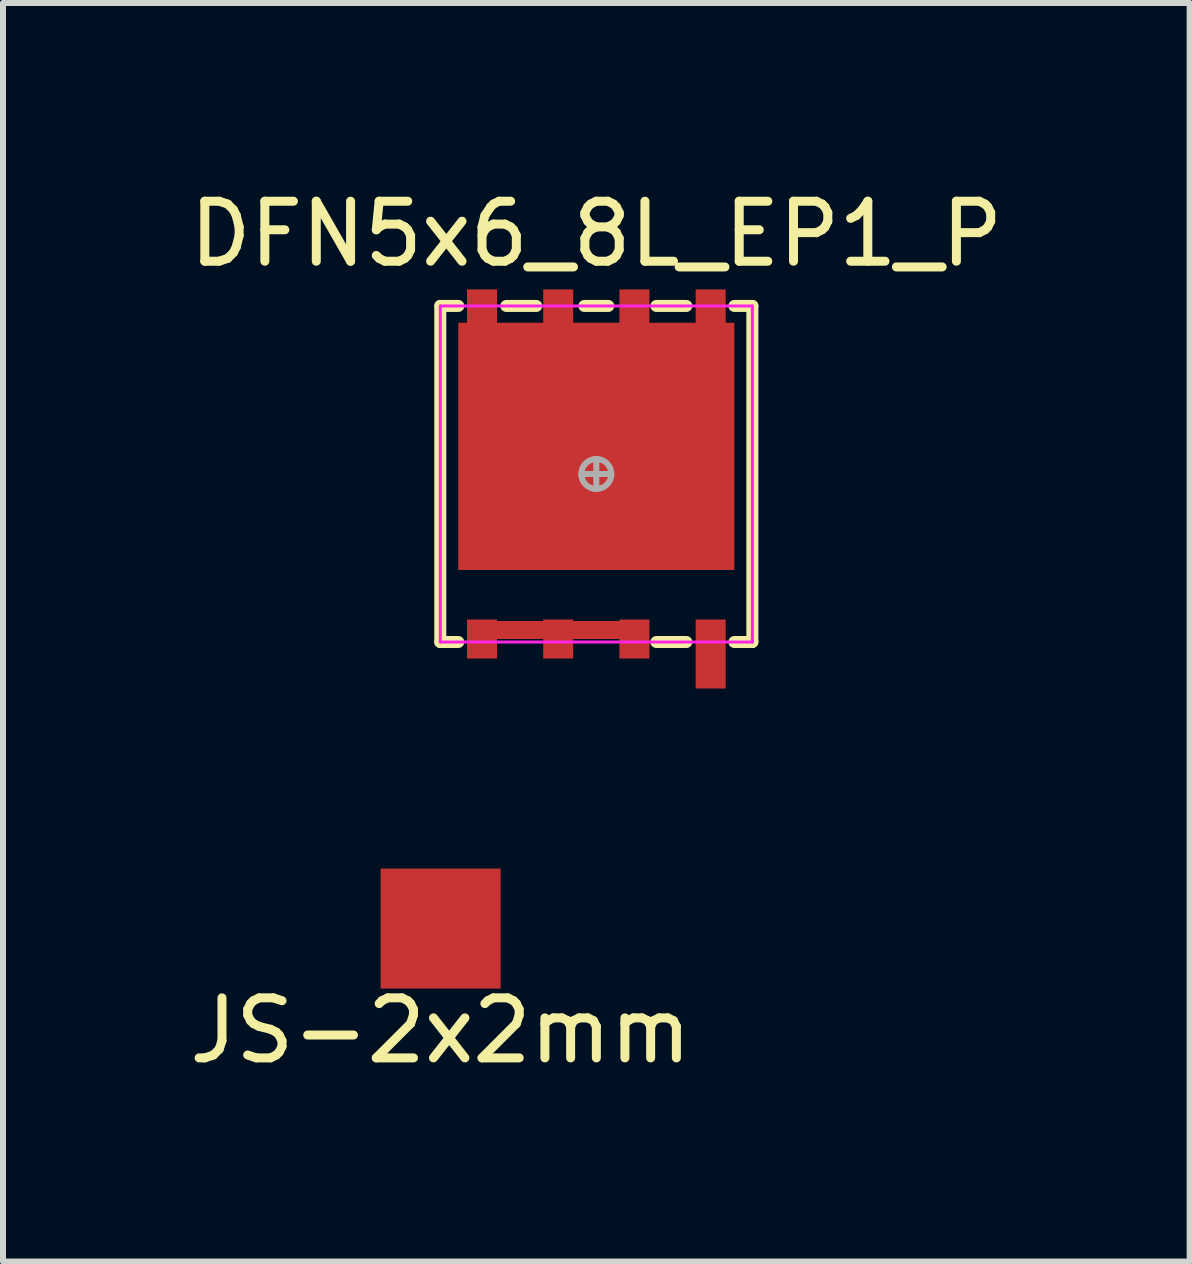
<source format=kicad_pcb>
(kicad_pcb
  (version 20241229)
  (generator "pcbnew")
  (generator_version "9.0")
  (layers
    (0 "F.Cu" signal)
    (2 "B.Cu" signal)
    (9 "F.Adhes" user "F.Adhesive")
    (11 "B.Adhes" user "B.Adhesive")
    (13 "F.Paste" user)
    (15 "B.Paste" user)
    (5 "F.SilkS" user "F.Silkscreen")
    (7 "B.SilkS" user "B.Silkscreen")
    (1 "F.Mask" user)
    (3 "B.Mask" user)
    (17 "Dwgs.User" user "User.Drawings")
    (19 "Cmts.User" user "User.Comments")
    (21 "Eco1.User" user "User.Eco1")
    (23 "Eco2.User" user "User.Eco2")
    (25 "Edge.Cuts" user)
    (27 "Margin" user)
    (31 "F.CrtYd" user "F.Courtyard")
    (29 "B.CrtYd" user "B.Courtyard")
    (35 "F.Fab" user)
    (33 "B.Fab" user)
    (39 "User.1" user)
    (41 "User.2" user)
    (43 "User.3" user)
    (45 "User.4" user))
  (footprint "JS-2x2mm"
    (layer "F.Cu")
    (at 4.292 12.423)
    (property "Reference" "JS-2x2mm" (at 0 1.7 0) (layer "F.SilkS") (effects (font (size 1 1) (thickness 0.15))))
    (attr smd)
    (pad "1" smd rect (at 0 0) (size 2 2) (layers "F.Cu" "F.Mask" "F.Paste")))
  (footprint "DFN5x6_8L_EP1_P"
    (layer "F.Cu")
    (at 6.887 4.848)
    (property "Reference" "DFN5x6_8L_EP1_P" (at 0 -4 0) (layer "F.SilkS") (effects (font (size 1 1) (thickness 0.15))))
    (attr smd)
    (fp_line (start -2.6 -2.8) (end -2.3 -2.8) (stroke (width 0.2) (type solid)) (layer "F.SilkS"))
    (fp_line (start -2.6 2.8) (end -2.6 -2.8) (stroke (width 0.2) (type solid)) (layer "F.SilkS"))
    (fp_line (start -2.6 2.8) (end -2.3 2.8) (stroke (width 0.2) (type solid)) (layer "F.SilkS"))
    (fp_line (start -1.5 -2.8) (end -1 -2.8) (stroke (width 0.2) (type solid)) (layer "F.SilkS"))
    (fp_line (start -0.2 -2.8) (end 0.2 -2.8) (stroke (width 0.2) (type solid)) (layer "F.SilkS"))
    (fp_line (start 1 -2.8) (end 1.5 -2.8) (stroke (width 0.2) (type solid)) (layer "F.SilkS"))
    (fp_line (start 1.5 2.8) (end 1 2.8) (stroke (width 0.2) (type solid)) (layer "F.SilkS"))
    (fp_line (start 2.6 -2.8) (end 2.3 -2.8) (stroke (width 0.2) (type solid)) (layer "F.SilkS"))
    (fp_line (start 2.6 -2.8) (end 2.6 2.8) (stroke (width 0.2) (type solid)) (layer "F.SilkS"))
    (fp_line (start 2.6 2.8) (end 2.3 2.8) (stroke (width 0.2) (type solid)) (layer "F.SilkS"))
    (fp_line (start -2.6 -2.8) (end 2.6 -2.8) (stroke (width 0.05) (type solid)) (layer "F.CrtYd"))
    (fp_line (start -2.6 2.8) (end -2.6 -2.8) (stroke (width 0.05) (type solid)) (layer "F.CrtYd"))
    (fp_line (start 2.6 -2.8) (end 2.6 2.8) (stroke (width 0.05) (type solid)) (layer "F.CrtYd"))
    (fp_line (start 2.6 2.8) (end -2.6 2.8) (stroke (width 0.05) (type solid)) (layer "F.CrtYd"))
    (fp_line (start 0 0.25) (end 0 -0.25) (stroke (width 0.1) (type solid)) (layer "F.Fab"))
    (fp_line (start 0.25 0) (end -0.25 0) (stroke (width 0.1) (type solid)) (layer "F.Fab"))
    (fp_circle (center 0 0) (end 0 0.25) (stroke (width 0.1) (type solid)) (fill no) (layer "F.Fab"))
    (pad "1" smd custom (at 0 0) (size 0.5 0.65) (layers "F.Cu" "F.Mask" "F.Paste") (options (anchor rect)) (primitives (gr_poly (pts (xy -2.155 -2.425) (xy -1.655 -2.425) (xy -1.655 -3.075) (xy -2.155 -3.075)) (width 0) (fill yes)) (gr_poly (pts (xy -0.885 -2.425) (xy -0.385 -2.425) (xy -0.385 -3.075) (xy -0.885 -3.075)) (width 0) (fill yes)) (gr_poly (pts (xy 0.385 -2.425) (xy 0.885 -2.425) (xy 0.885 -3.075) (xy 0.385 -3.075)) (width 0) (fill yes)) (gr_poly (pts (xy 1.655 -2.425) (xy 2.155 -2.425) (xy 2.155 -3.075) (xy 1.655 -3.075)) (width 0) (fill yes)) (gr_poly (pts (xy 2.3 1.6) (xy 2.3 -2.52) (xy -2.3 -2.52) (xy -2.3 1.6)) (width 0) (fill yes))))
    (pad "2" smd rect (at 1.905 3) (size 0.5 1.15) (layers "F.Cu" "F.Mask" "F.Paste"))
    (pad "3" smd custom (at -0.635 2.75) (size 0.5 0.65) (layers "F.Cu" "F.Mask" "F.Paste") (options (anchor rect)) (primitives (gr_poly (pts (xy -0.25 -0.325) (xy -0.25 0.325) (xy 0.25 0.325) (xy 0.25 -0.325)) (width 0) (fill yes)) (gr_poly (pts (xy -1.52 -0.325) (xy -1.52 0.325) (xy -1.02 0.325) (xy -1.02 -0.325)) (width 0) (fill yes)) (gr_poly (pts (xy 1.02 -0.325) (xy 1.02 0.325) (xy 1.52 0.325) (xy 1.52 -0.325)) (width 0) (fill yes)) (gr_poly (pts (xy -1.52 -0.3) (xy -1.52 0) (xy 1.52 0) (xy 1.52 -0.3)) (width 0) (fill yes)))))
  (gr_rect
    (start -3 -3)
    (end 16.774 17.971)
    (stroke (width 0.1) (type default))
    (fill no)
    (layer "Edge.Cuts")))
</source>
